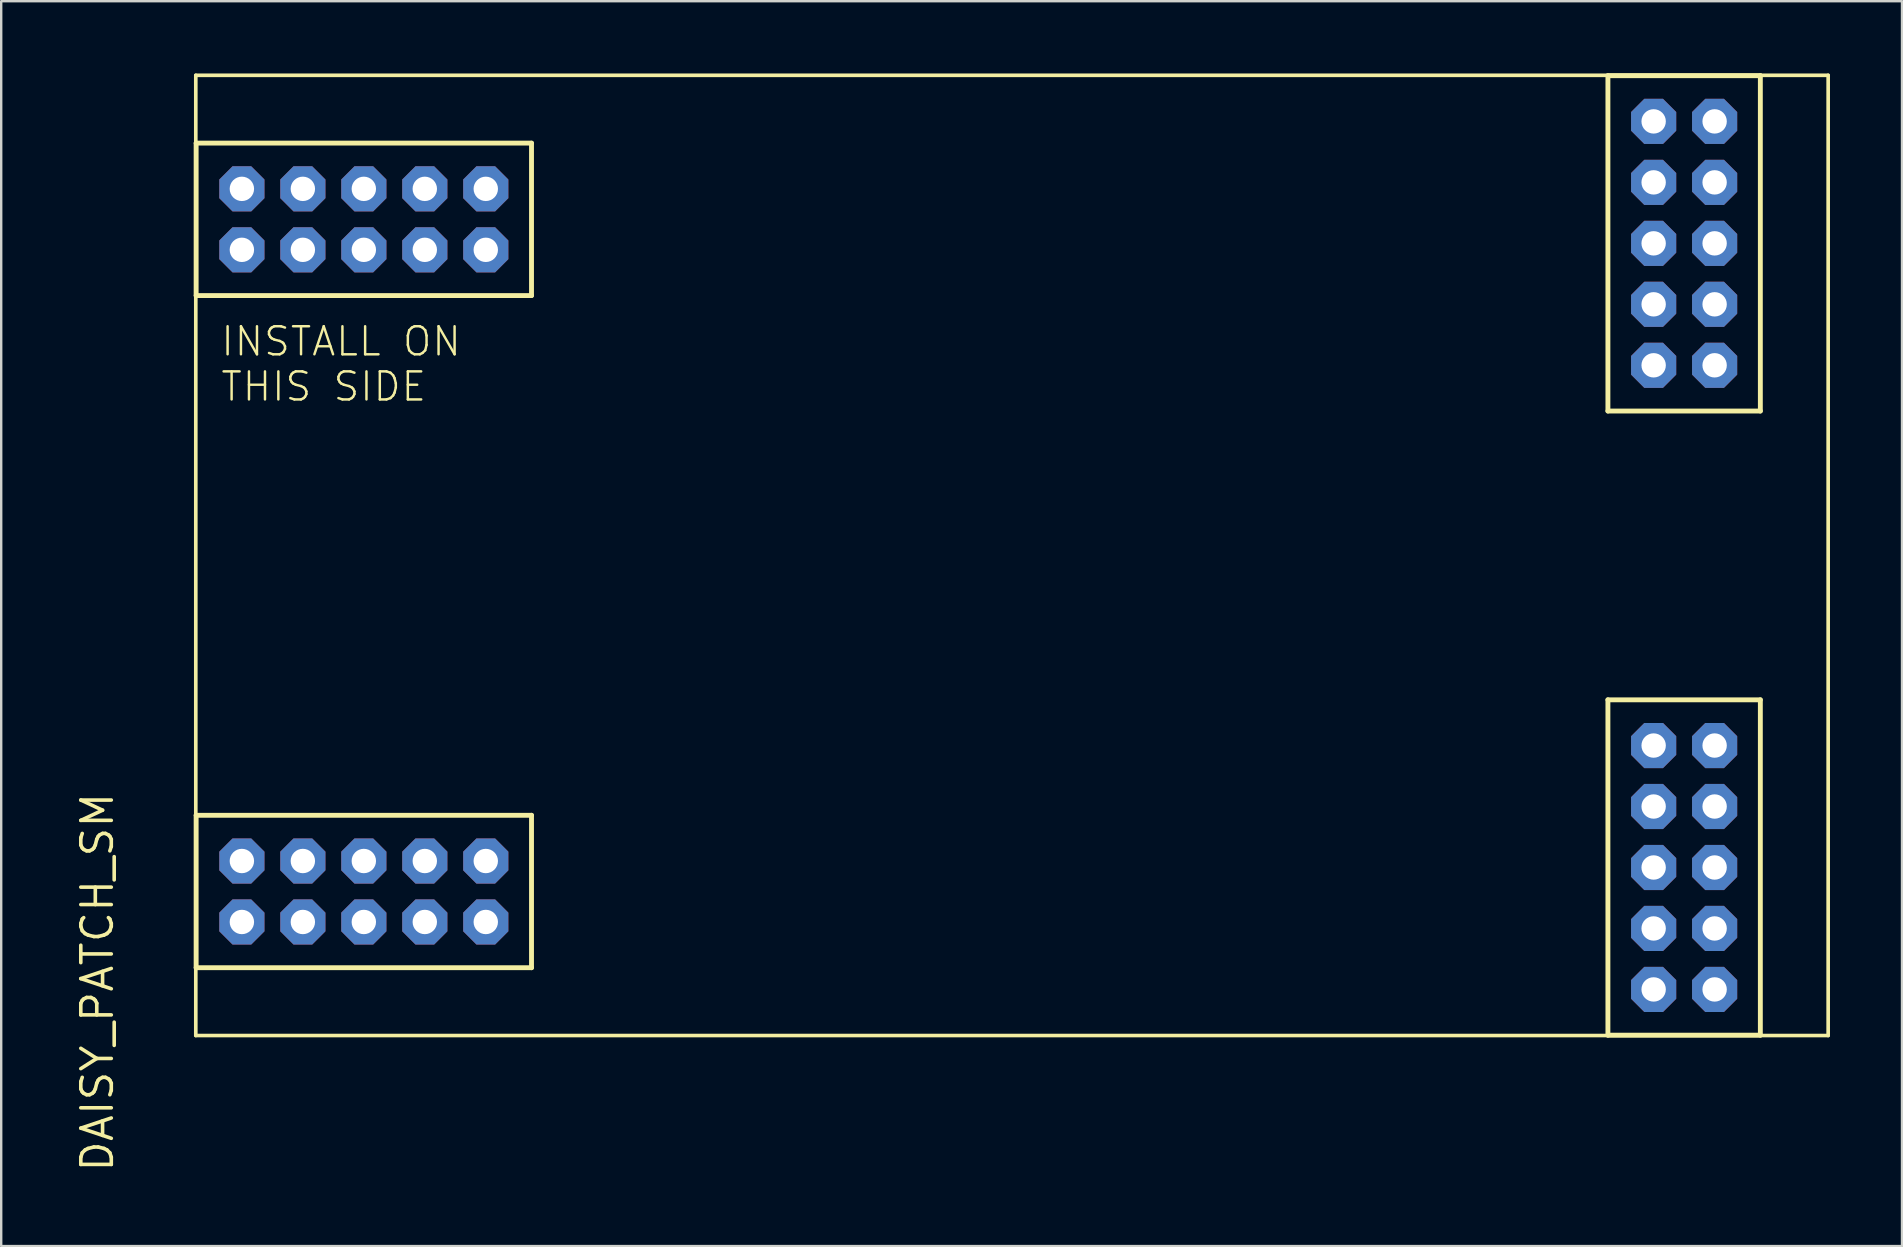
<source format=kicad_pcb>
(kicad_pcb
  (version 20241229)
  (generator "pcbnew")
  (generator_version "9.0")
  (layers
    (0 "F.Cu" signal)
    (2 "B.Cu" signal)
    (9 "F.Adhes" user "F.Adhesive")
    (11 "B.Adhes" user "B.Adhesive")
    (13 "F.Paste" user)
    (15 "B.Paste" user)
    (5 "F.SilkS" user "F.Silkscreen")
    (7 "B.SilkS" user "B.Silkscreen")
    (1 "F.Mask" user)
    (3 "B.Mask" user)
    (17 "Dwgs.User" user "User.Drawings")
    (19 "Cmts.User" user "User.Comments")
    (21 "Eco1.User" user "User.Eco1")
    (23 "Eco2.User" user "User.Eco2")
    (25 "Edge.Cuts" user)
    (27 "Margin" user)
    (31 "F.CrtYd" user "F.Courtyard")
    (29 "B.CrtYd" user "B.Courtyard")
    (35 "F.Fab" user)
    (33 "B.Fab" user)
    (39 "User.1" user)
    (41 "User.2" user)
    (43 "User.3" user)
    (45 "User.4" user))
  (footprint "DAISY_PATCH_SM"
    (layer "F.Cu")
    (at 39.106 20.087)
    (property "Reference" "DAISY_PATCH_SM" (at -38.1 17.78 90) (layer "F.SilkS") (effects (font (size 1.27 1.27) (thickness 0.15))))
    (fp_line (start -34 -20) (end 34 -20) (stroke (width 0.152) (type solid)) (layer "F.SilkS"))
    (fp_line (start -34 20) (end -34 -20) (stroke (width 0.152) (type solid)) (layer "F.SilkS"))
    (fp_line (start -34 20) (end 34 20) (stroke (width 0.152) (type solid)) (layer "F.SilkS"))
    (fp_line (start -33.985 -17.175) (end -20.015 -17.175) (stroke (width 0.203) (type solid)) (layer "F.SilkS"))
    (fp_line (start -33.985 -10.825) (end -33.985 -17.175) (stroke (width 0.203) (type solid)) (layer "F.SilkS"))
    (fp_line (start -33.985 10.825) (end -20.015 10.825) (stroke (width 0.203) (type solid)) (layer "F.SilkS"))
    (fp_line (start -33.985 17.175) (end -33.985 10.825) (stroke (width 0.203) (type solid)) (layer "F.SilkS"))
    (fp_line (start -20.015 -17.175) (end -20.015 -10.825) (stroke (width 0.203) (type solid)) (layer "F.SilkS"))
    (fp_line (start -20.015 -10.825) (end -33.985 -10.825) (stroke (width 0.203) (type solid)) (layer "F.SilkS"))
    (fp_line (start -20.015 10.825) (end -20.015 17.175) (stroke (width 0.203) (type solid)) (layer "F.SilkS"))
    (fp_line (start -20.015 17.175) (end -33.985 17.175) (stroke (width 0.203) (type solid)) (layer "F.SilkS"))
    (fp_line (start 24.825 -19.985) (end 31.175 -19.985) (stroke (width 0.203) (type solid)) (layer "F.SilkS"))
    (fp_line (start 24.825 -6.015) (end 24.825 -19.985) (stroke (width 0.203) (type solid)) (layer "F.SilkS"))
    (fp_line (start 24.825 6.015) (end 31.175 6.015) (stroke (width 0.203) (type solid)) (layer "F.SilkS"))
    (fp_line (start 24.825 19.985) (end 24.825 6.015) (stroke (width 0.203) (type solid)) (layer "F.SilkS"))
    (fp_line (start 31.175 -19.985) (end 31.175 -6.015) (stroke (width 0.203) (type solid)) (layer "F.SilkS"))
    (fp_line (start 31.175 -6.015) (end 24.825 -6.015) (stroke (width 0.203) (type solid)) (layer "F.SilkS"))
    (fp_line (start 31.175 6.015) (end 31.175 19.985) (stroke (width 0.203) (type solid)) (layer "F.SilkS"))
    (fp_line (start 31.175 19.985) (end 24.825 19.985) (stroke (width 0.203) (type solid)) (layer "F.SilkS"))
    (fp_line (start 34 20) (end 34 -20) (stroke (width 0.152) (type solid)) (layer "F.SilkS"))
    (fp_poly (pts (xy -31.826 -15.016) (xy -31.826 -15.524) (xy -32.334 -15.524) (xy -32.334 -15.016)) (stroke (width 0.1) (type solid)) (fill no) (layer "F.Fab"))
    (fp_poly (pts (xy -31.826 -12.476) (xy -31.826 -12.984) (xy -32.334 -12.984) (xy -32.334 -12.476)) (stroke (width 0.1) (type solid)) (fill no) (layer "F.Fab"))
    (fp_poly (pts (xy -31.826 12.984) (xy -31.826 12.476) (xy -32.334 12.476) (xy -32.334 12.984)) (stroke (width 0.1) (type solid)) (fill no) (layer "F.Fab"))
    (fp_poly (pts (xy -31.826 15.524) (xy -31.826 15.016) (xy -32.334 15.016) (xy -32.334 15.524)) (stroke (width 0.1) (type solid)) (fill no) (layer "F.Fab"))
    (fp_poly (pts (xy -29.286 -15.016) (xy -29.286 -15.524) (xy -29.794 -15.524) (xy -29.794 -15.016)) (stroke (width 0.1) (type solid)) (fill no) (layer "F.Fab"))
    (fp_poly (pts (xy -29.286 -12.476) (xy -29.286 -12.984) (xy -29.794 -12.984) (xy -29.794 -12.476)) (stroke (width 0.1) (type solid)) (fill no) (layer "F.Fab"))
    (fp_poly (pts (xy -29.286 12.984) (xy -29.286 12.476) (xy -29.794 12.476) (xy -29.794 12.984)) (stroke (width 0.1) (type solid)) (fill no) (layer "F.Fab"))
    (fp_poly (pts (xy -29.286 15.524) (xy -29.286 15.016) (xy -29.794 15.016) (xy -29.794 15.524)) (stroke (width 0.1) (type solid)) (fill no) (layer "F.Fab"))
    (fp_poly (pts (xy -26.746 -15.016) (xy -26.746 -15.524) (xy -27.254 -15.524) (xy -27.254 -15.016)) (stroke (width 0.1) (type solid)) (fill no) (layer "F.Fab"))
    (fp_poly (pts (xy -26.746 -12.476) (xy -26.746 -12.984) (xy -27.254 -12.984) (xy -27.254 -12.476)) (stroke (width 0.1) (type solid)) (fill no) (layer "F.Fab"))
    (fp_poly (pts (xy -26.746 12.984) (xy -26.746 12.476) (xy -27.254 12.476) (xy -27.254 12.984)) (stroke (width 0.1) (type solid)) (fill no) (layer "F.Fab"))
    (fp_poly (pts (xy -26.746 15.524) (xy -26.746 15.016) (xy -27.254 15.016) (xy -27.254 15.524)) (stroke (width 0.1) (type solid)) (fill no) (layer "F.Fab"))
    (fp_poly (pts (xy -24.206 -15.016) (xy -24.206 -15.524) (xy -24.714 -15.524) (xy -24.714 -15.016)) (stroke (width 0.1) (type solid)) (fill no) (layer "F.Fab"))
    (fp_poly (pts (xy -24.206 -12.476) (xy -24.206 -12.984) (xy -24.714 -12.984) (xy -24.714 -12.476)) (stroke (width 0.1) (type solid)) (fill no) (layer "F.Fab"))
    (fp_poly (pts (xy -24.206 12.984) (xy -24.206 12.476) (xy -24.714 12.476) (xy -24.714 12.984)) (stroke (width 0.1) (type solid)) (fill no) (layer "F.Fab"))
    (fp_poly (pts (xy -24.206 15.524) (xy -24.206 15.016) (xy -24.714 15.016) (xy -24.714 15.524)) (stroke (width 0.1) (type solid)) (fill no) (layer "F.Fab"))
    (fp_poly (pts (xy -21.666 -15.016) (xy -21.666 -15.524) (xy -22.174 -15.524) (xy -22.174 -15.016)) (stroke (width 0.1) (type solid)) (fill no) (layer "F.Fab"))
    (fp_poly (pts (xy -21.666 -12.476) (xy -21.666 -12.984) (xy -22.174 -12.984) (xy -22.174 -12.476)) (stroke (width 0.1) (type solid)) (fill no) (layer "F.Fab"))
    (fp_poly (pts (xy -21.666 12.984) (xy -21.666 12.476) (xy -22.174 12.476) (xy -22.174 12.984)) (stroke (width 0.1) (type solid)) (fill no) (layer "F.Fab"))
    (fp_poly (pts (xy -21.666 15.524) (xy -21.666 15.016) (xy -22.174 15.016) (xy -22.174 15.524)) (stroke (width 0.1) (type solid)) (fill no) (layer "F.Fab"))
    (fp_poly (pts (xy 26.476 -17.826) (xy 26.984 -17.826) (xy 26.984 -18.334) (xy 26.476 -18.334)) (stroke (width 0.1) (type solid)) (fill no) (layer "F.Fab"))
    (fp_poly (pts (xy 26.476 -15.286) (xy 26.984 -15.286) (xy 26.984 -15.794) (xy 26.476 -15.794)) (stroke (width 0.1) (type solid)) (fill no) (layer "F.Fab"))
    (fp_poly (pts (xy 26.476 -12.746) (xy 26.984 -12.746) (xy 26.984 -13.254) (xy 26.476 -13.254)) (stroke (width 0.1) (type solid)) (fill no) (layer "F.Fab"))
    (fp_poly (pts (xy 26.476 -10.206) (xy 26.984 -10.206) (xy 26.984 -10.714) (xy 26.476 -10.714)) (stroke (width 0.1) (type solid)) (fill no) (layer "F.Fab"))
    (fp_poly (pts (xy 26.476 -7.666) (xy 26.984 -7.666) (xy 26.984 -8.174) (xy 26.476 -8.174)) (stroke (width 0.1) (type solid)) (fill no) (layer "F.Fab"))
    (fp_poly (pts (xy 26.476 8.174) (xy 26.984 8.174) (xy 26.984 7.666) (xy 26.476 7.666)) (stroke (width 0.1) (type solid)) (fill no) (layer "F.Fab"))
    (fp_poly (pts (xy 26.476 10.714) (xy 26.984 10.714) (xy 26.984 10.206) (xy 26.476 10.206)) (stroke (width 0.1) (type solid)) (fill no) (layer "F.Fab"))
    (fp_poly (pts (xy 26.476 13.254) (xy 26.984 13.254) (xy 26.984 12.746) (xy 26.476 12.746)) (stroke (width 0.1) (type solid)) (fill no) (layer "F.Fab"))
    (fp_poly (pts (xy 26.476 15.794) (xy 26.984 15.794) (xy 26.984 15.286) (xy 26.476 15.286)) (stroke (width 0.1) (type solid)) (fill no) (layer "F.Fab"))
    (fp_poly (pts (xy 26.476 18.334) (xy 26.984 18.334) (xy 26.984 17.826) (xy 26.476 17.826)) (stroke (width 0.1) (type solid)) (fill no) (layer "F.Fab"))
    (fp_poly (pts (xy 29.016 -17.826) (xy 29.524 -17.826) (xy 29.524 -18.334) (xy 29.016 -18.334)) (stroke (width 0.1) (type solid)) (fill no) (layer "F.Fab"))
    (fp_poly (pts (xy 29.016 -15.286) (xy 29.524 -15.286) (xy 29.524 -15.794) (xy 29.016 -15.794)) (stroke (width 0.1) (type solid)) (fill no) (layer "F.Fab"))
    (fp_poly (pts (xy 29.016 -12.746) (xy 29.524 -12.746) (xy 29.524 -13.254) (xy 29.016 -13.254)) (stroke (width 0.1) (type solid)) (fill no) (layer "F.Fab"))
    (fp_poly (pts (xy 29.016 -10.206) (xy 29.524 -10.206) (xy 29.524 -10.714) (xy 29.016 -10.714)) (stroke (width 0.1) (type solid)) (fill no) (layer "F.Fab"))
    (fp_poly (pts (xy 29.016 -7.666) (xy 29.524 -7.666) (xy 29.524 -8.174) (xy 29.016 -8.174)) (stroke (width 0.1) (type solid)) (fill no) (layer "F.Fab"))
    (fp_poly (pts (xy 29.016 8.174) (xy 29.524 8.174) (xy 29.524 7.666) (xy 29.016 7.666)) (stroke (width 0.1) (type solid)) (fill no) (layer "F.Fab"))
    (fp_poly (pts (xy 29.016 10.714) (xy 29.524 10.714) (xy 29.524 10.206) (xy 29.016 10.206)) (stroke (width 0.1) (type solid)) (fill no) (layer "F.Fab"))
    (fp_poly (pts (xy 29.016 13.254) (xy 29.524 13.254) (xy 29.524 12.746) (xy 29.016 12.746)) (stroke (width 0.1) (type solid)) (fill no) (layer "F.Fab"))
    (fp_poly (pts (xy 29.016 15.794) (xy 29.524 15.794) (xy 29.524 15.286) (xy 29.016 15.286)) (stroke (width 0.1) (type solid)) (fill no) (layer "F.Fab"))
    (fp_poly (pts (xy 29.016 18.334) (xy 29.524 18.334) (xy 29.524 17.826) (xy 29.016 17.826)) (stroke (width 0.1) (type solid)) (fill no) (layer "F.Fab"))
    (fp_text user "INSTALL ON\nTHIS SIDE" (at -33.02 -6.35 0) (layer "F.SilkS") (effects (font (size 1.168 1.168) (thickness 0.102)) (justify left bottom)))
    (pad "A1" thru_hole roundrect (at -32.08 -15.27 270) (size 1.88 1.88) (drill 1.016) (layers "*.Cu" "*.Mask") (roundrect_rratio 0.25) (chamfer_ratio 0.293) (chamfer top_left top_right bottom_left bottom_right))
    (pad "A2" thru_hole roundrect (at -29.54 -15.27 270) (size 1.88 1.88) (drill 1.016) (layers "*.Cu" "*.Mask") (roundrect_rratio 0.25) (chamfer_ratio 0.293) (chamfer top_left top_right bottom_left bottom_right))
    (pad "A3" thru_hole roundrect (at -27 -15.27 270) (size 1.88 1.88) (drill 1.016) (layers "*.Cu" "*.Mask") (roundrect_rratio 0.25) (chamfer_ratio 0.293) (chamfer top_left top_right bottom_left bottom_right))
    (pad "A4" thru_hole roundrect (at -24.46 -15.27 270) (size 1.88 1.88) (drill 1.016) (layers "*.Cu" "*.Mask") (roundrect_rratio 0.25) (chamfer_ratio 0.293) (chamfer top_left top_right bottom_left bottom_right))
    (pad "A5" thru_hole roundrect (at -21.92 -15.27 270) (size 1.88 1.88) (drill 1.016) (layers "*.Cu" "*.Mask") (roundrect_rratio 0.25) (chamfer_ratio 0.293) (chamfer top_left top_right bottom_left bottom_right))
    (pad "A6" thru_hole roundrect (at -21.92 -12.73 270) (size 1.88 1.88) (drill 1.016) (layers "*.Cu" "*.Mask") (roundrect_rratio 0.25) (chamfer_ratio 0.293) (chamfer top_left top_right bottom_left bottom_right))
    (pad "A7" thru_hole roundrect (at -24.46 -12.73 270) (size 1.88 1.88) (drill 1.016) (layers "*.Cu" "*.Mask") (roundrect_rratio 0.25) (chamfer_ratio 0.293) (chamfer top_left top_right bottom_left bottom_right))
    (pad "A8" thru_hole roundrect (at -27 -12.73 270) (size 1.88 1.88) (drill 1.016) (layers "*.Cu" "*.Mask") (roundrect_rratio 0.25) (chamfer_ratio 0.293) (chamfer top_left top_right bottom_left bottom_right))
    (pad "A9" thru_hole roundrect (at -29.54 -12.73 270) (size 1.88 1.88) (drill 1.016) (layers "*.Cu" "*.Mask") (roundrect_rratio 0.25) (chamfer_ratio 0.293) (chamfer top_left top_right bottom_left bottom_right))
    (pad "A10" thru_hole roundrect (at -32.08 -12.73 270) (size 1.88 1.88) (drill 1.016) (layers "*.Cu" "*.Mask") (roundrect_rratio 0.25) (chamfer_ratio 0.293) (chamfer top_left top_right bottom_left bottom_right))
    (pad "B1" thru_hole roundrect (at 29.27 -18.08 180) (size 1.88 1.88) (drill 1.016) (layers "*.Cu" "*.Mask") (roundrect_rratio 0.25) (chamfer_ratio 0.293) (chamfer top_left top_right bottom_left bottom_right))
    (pad "B2" thru_hole roundrect (at 29.27 -15.54 180) (size 1.88 1.88) (drill 1.016) (layers "*.Cu" "*.Mask") (roundrect_rratio 0.25) (chamfer_ratio 0.293) (chamfer top_left top_right bottom_left bottom_right))
    (pad "B3" thru_hole roundrect (at 29.27 -13 180) (size 1.88 1.88) (drill 1.016) (layers "*.Cu" "*.Mask") (roundrect_rratio 0.25) (chamfer_ratio 0.293) (chamfer top_left top_right bottom_left bottom_right))
    (pad "B4" thru_hole roundrect (at 29.27 -10.46 180) (size 1.88 1.88) (drill 1.016) (layers "*.Cu" "*.Mask") (roundrect_rratio 0.25) (chamfer_ratio 0.293) (chamfer top_left top_right bottom_left bottom_right))
    (pad "B5" thru_hole roundrect (at 29.27 -7.92 180) (size 1.88 1.88) (drill 1.016) (layers "*.Cu" "*.Mask") (roundrect_rratio 0.25) (chamfer_ratio 0.293) (chamfer top_left top_right bottom_left bottom_right))
    (pad "B6" thru_hole roundrect (at 26.73 -7.92 180) (size 1.88 1.88) (drill 1.016) (layers "*.Cu" "*.Mask") (roundrect_rratio 0.25) (chamfer_ratio 0.293) (chamfer top_left top_right bottom_left bottom_right))
    (pad "B7" thru_hole roundrect (at 26.73 -10.46 180) (size 1.88 1.88) (drill 1.016) (layers "*.Cu" "*.Mask") (roundrect_rratio 0.25) (chamfer_ratio 0.293) (chamfer top_left top_right bottom_left bottom_right))
    (pad "B8" thru_hole roundrect (at 26.73 -13 180) (size 1.88 1.88) (drill 1.016) (layers "*.Cu" "*.Mask") (roundrect_rratio 0.25) (chamfer_ratio 0.293) (chamfer top_left top_right bottom_left bottom_right))
    (pad "B9" thru_hole roundrect (at 26.73 -15.54 180) (size 1.88 1.88) (drill 1.016) (layers "*.Cu" "*.Mask") (roundrect_rratio 0.25) (chamfer_ratio 0.293) (chamfer top_left top_right bottom_left bottom_right))
    (pad "B10" thru_hole roundrect (at 26.73 -18.08 180) (size 1.88 1.88) (drill 1.016) (layers "*.Cu" "*.Mask") (roundrect_rratio 0.25) (chamfer_ratio 0.293) (chamfer top_left top_right bottom_left bottom_right))
    (pad "C1" thru_hole roundrect (at 29.27 7.92 180) (size 1.88 1.88) (drill 1.016) (layers "*.Cu" "*.Mask") (roundrect_rratio 0.25) (chamfer_ratio 0.293) (chamfer top_left top_right bottom_left bottom_right))
    (pad "C2" thru_hole roundrect (at 29.27 10.46 180) (size 1.88 1.88) (drill 1.016) (layers "*.Cu" "*.Mask") (roundrect_rratio 0.25) (chamfer_ratio 0.293) (chamfer top_left top_right bottom_left bottom_right))
    (pad "C3" thru_hole roundrect (at 29.27 13 180) (size 1.88 1.88) (drill 1.016) (layers "*.Cu" "*.Mask") (roundrect_rratio 0.25) (chamfer_ratio 0.293) (chamfer top_left top_right bottom_left bottom_right))
    (pad "C4" thru_hole roundrect (at 29.27 15.54 180) (size 1.88 1.88) (drill 1.016) (layers "*.Cu" "*.Mask") (roundrect_rratio 0.25) (chamfer_ratio 0.293) (chamfer top_left top_right bottom_left bottom_right))
    (pad "C5" thru_hole roundrect (at 29.27 18.08 180) (size 1.88 1.88) (drill 1.016) (layers "*.Cu" "*.Mask") (roundrect_rratio 0.25) (chamfer_ratio 0.293) (chamfer top_left top_right bottom_left bottom_right))
    (pad "C6" thru_hole roundrect (at 26.73 18.08 180) (size 1.88 1.88) (drill 1.016) (layers "*.Cu" "*.Mask") (roundrect_rratio 0.25) (chamfer_ratio 0.293) (chamfer top_left top_right bottom_left bottom_right))
    (pad "C7" thru_hole roundrect (at 26.73 15.54 180) (size 1.88 1.88) (drill 1.016) (layers "*.Cu" "*.Mask") (roundrect_rratio 0.25) (chamfer_ratio 0.293) (chamfer top_left top_right bottom_left bottom_right))
    (pad "C8" thru_hole roundrect (at 26.73 13 180) (size 1.88 1.88) (drill 1.016) (layers "*.Cu" "*.Mask") (roundrect_rratio 0.25) (chamfer_ratio 0.293) (chamfer top_left top_right bottom_left bottom_right))
    (pad "C9" thru_hole roundrect (at 26.73 10.46 180) (size 1.88 1.88) (drill 1.016) (layers "*.Cu" "*.Mask") (roundrect_rratio 0.25) (chamfer_ratio 0.293) (chamfer top_left top_right bottom_left bottom_right))
    (pad "C10" thru_hole roundrect (at 26.73 7.92 180) (size 1.88 1.88) (drill 1.016) (layers "*.Cu" "*.Mask") (roundrect_rratio 0.25) (chamfer_ratio 0.293) (chamfer top_left top_right bottom_left bottom_right))
    (pad "D1" thru_hole roundrect (at -32.08 12.73 270) (size 1.88 1.88) (drill 1.016) (layers "*.Cu" "*.Mask") (roundrect_rratio 0.25) (chamfer_ratio 0.293) (chamfer top_left top_right bottom_left bottom_right))
    (pad "D2" thru_hole roundrect (at -29.54 12.73 270) (size 1.88 1.88) (drill 1.016) (layers "*.Cu" "*.Mask") (roundrect_rratio 0.25) (chamfer_ratio 0.293) (chamfer top_left top_right bottom_left bottom_right))
    (pad "D3" thru_hole roundrect (at -27 12.73 270) (size 1.88 1.88) (drill 1.016) (layers "*.Cu" "*.Mask") (roundrect_rratio 0.25) (chamfer_ratio 0.293) (chamfer top_left top_right bottom_left bottom_right))
    (pad "D4" thru_hole roundrect (at -24.46 12.73 270) (size 1.88 1.88) (drill 1.016) (layers "*.Cu" "*.Mask") (roundrect_rratio 0.25) (chamfer_ratio 0.293) (chamfer top_left top_right bottom_left bottom_right))
    (pad "D5" thru_hole roundrect (at -21.92 12.73 270) (size 1.88 1.88) (drill 1.016) (layers "*.Cu" "*.Mask") (roundrect_rratio 0.25) (chamfer_ratio 0.293) (chamfer top_left top_right bottom_left bottom_right))
    (pad "D6" thru_hole roundrect (at -21.92 15.27 270) (size 1.88 1.88) (drill 1.016) (layers "*.Cu" "*.Mask") (roundrect_rratio 0.25) (chamfer_ratio 0.293) (chamfer top_left top_right bottom_left bottom_right))
    (pad "D7" thru_hole roundrect (at -24.46 15.27 270) (size 1.88 1.88) (drill 1.016) (layers "*.Cu" "*.Mask") (roundrect_rratio 0.25) (chamfer_ratio 0.293) (chamfer top_left top_right bottom_left bottom_right))
    (pad "D8" thru_hole roundrect (at -27 15.27 270) (size 1.88 1.88) (drill 1.016) (layers "*.Cu" "*.Mask") (roundrect_rratio 0.25) (chamfer_ratio 0.293) (chamfer top_left top_right bottom_left bottom_right))
    (pad "D9" thru_hole roundrect (at -29.54 15.27 270) (size 1.88 1.88) (drill 1.016) (layers "*.Cu" "*.Mask") (roundrect_rratio 0.25) (chamfer_ratio 0.293) (chamfer top_left top_right bottom_left bottom_right))
    (pad "D10" thru_hole roundrect (at -32.08 15.27 270) (size 1.88 1.88) (drill 1.016) (layers "*.Cu" "*.Mask") (roundrect_rratio 0.25) (chamfer_ratio 0.293) (chamfer top_left top_right bottom_left bottom_right)))
  (gr_rect
    (start -3 -3)
    (end 76.182 48.857)
    (stroke (width 0.1) (type default))
    (fill no)
    (layer "Edge.Cuts")))
</source>
